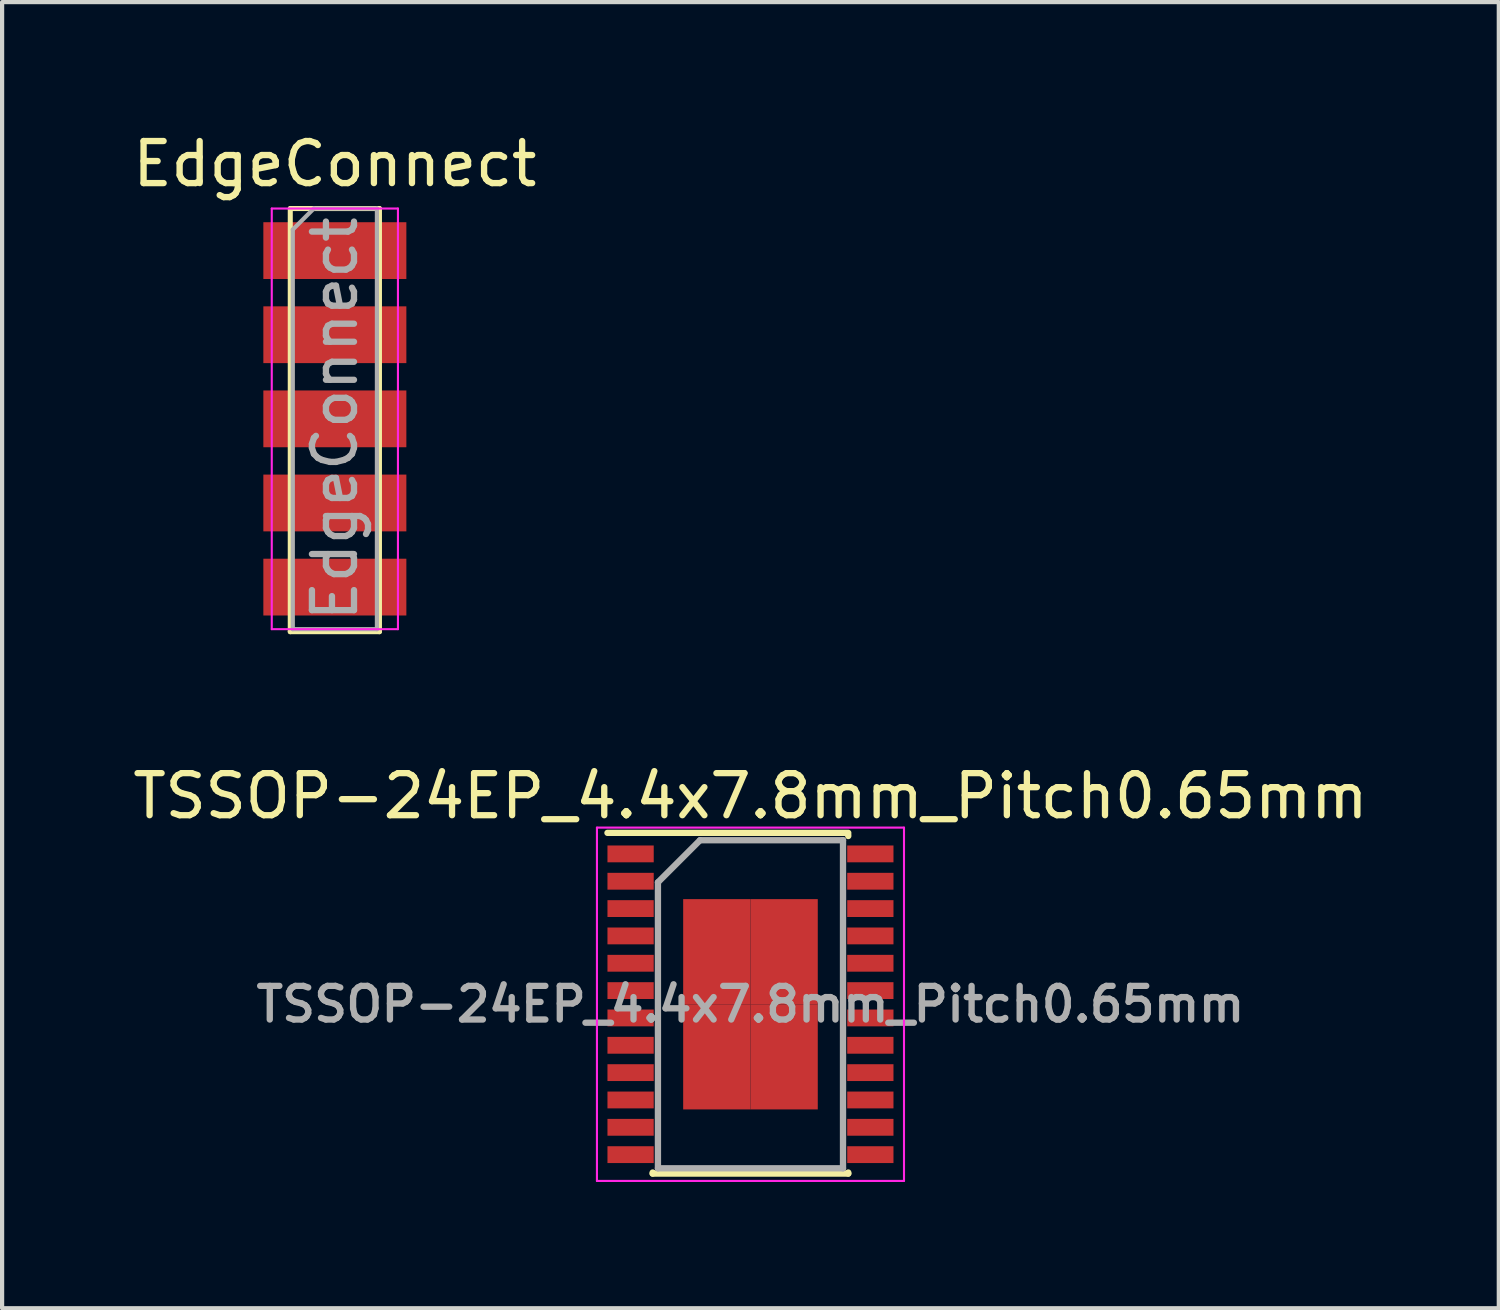
<source format=kicad_pcb>
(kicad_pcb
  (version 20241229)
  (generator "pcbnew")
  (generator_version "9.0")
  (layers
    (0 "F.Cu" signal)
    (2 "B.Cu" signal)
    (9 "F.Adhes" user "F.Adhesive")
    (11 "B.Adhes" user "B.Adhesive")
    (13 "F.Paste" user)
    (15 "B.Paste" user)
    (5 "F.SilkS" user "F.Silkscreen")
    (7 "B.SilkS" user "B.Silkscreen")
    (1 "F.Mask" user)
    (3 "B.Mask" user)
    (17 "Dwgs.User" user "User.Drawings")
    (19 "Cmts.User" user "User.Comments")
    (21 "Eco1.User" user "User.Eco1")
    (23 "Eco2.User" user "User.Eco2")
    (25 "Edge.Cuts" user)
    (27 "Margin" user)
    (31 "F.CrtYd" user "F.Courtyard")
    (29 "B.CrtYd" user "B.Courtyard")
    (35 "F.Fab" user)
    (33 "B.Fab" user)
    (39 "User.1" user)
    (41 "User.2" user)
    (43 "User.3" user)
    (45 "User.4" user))
  (footprint "EdgeConnect"
    (layer "F.Cu")
    (at 4.911 2.908)
    (property "Reference" "EdgeConnect" (at 0 -2.06 0) (layer "F.SilkS") (effects (font (size 1 1) (thickness 0.15))))
    (attr through_hole)
    (fp_line (start -1.06 -1) (end -1.06 9.06) (stroke (width 0.12) (type solid)) (layer "F.SilkS"))
    (fp_line (start -1.06 -1) (end 1.06 -1) (stroke (width 0.12) (type solid)) (layer "F.SilkS"))
    (fp_line (start -1.06 9.06) (end 1.06 9.06) (stroke (width 0.12) (type solid)) (layer "F.SilkS"))
    (fp_line (start 1.06 -1) (end 1.06 9.06) (stroke (width 0.12) (type solid)) (layer "F.SilkS"))
    (fp_line (start -1.5 -1) (end -1.5 9) (stroke (width 0.05) (type solid)) (layer "F.CrtYd"))
    (fp_line (start -1.5 9) (end 1.5 9) (stroke (width 0.05) (type solid)) (layer "F.CrtYd"))
    (fp_line (start 1.5 -1) (end -1.5 -1) (stroke (width 0.05) (type solid)) (layer "F.CrtYd"))
    (fp_line (start 1.5 9) (end 1.5 -1) (stroke (width 0.05) (type solid)) (layer "F.CrtYd"))
    (fp_line (start -1 -0.5) (end -0.5 -1) (stroke (width 0.1) (type solid)) (layer "F.Fab"))
    (fp_line (start -1 9) (end -1 -0.5) (stroke (width 0.1) (type solid)) (layer "F.Fab"))
    (fp_line (start -0.5 -1) (end 1 -1) (stroke (width 0.1) (type solid)) (layer "F.Fab"))
    (fp_line (start 1 -1) (end 1 9) (stroke (width 0.1) (type solid)) (layer "F.Fab"))
    (fp_line (start 1 9) (end -1 9) (stroke (width 0.1) (type solid)) (layer "F.Fab"))
    (fp_text user "${REFERENCE}" (at 0 4 90) (layer "F.Fab") (effects (font (size 1 1) (thickness 0.15))))
    (pad "1" smd rect (at 0 0) (size 3.4 1.35) (layers "F.Cu" "F.Mask" "F.Paste"))
    (pad "2" smd rect (at 0 2) (size 3.4 1.35) (layers "F.Cu" "F.Mask" "F.Paste"))
    (pad "3" smd rect (at 0 4) (size 3.4 1.35) (layers "F.Cu" "F.Mask" "F.Paste"))
    (pad "4" smd rect (at 0 6) (size 3.4 1.35) (layers "F.Cu" "F.Mask" "F.Paste"))
    (pad "5" smd rect (at 0 8) (size 3.4 1.35) (layers "F.Cu" "F.Mask" "F.Paste")))
  (footprint "TSSOP-24EP_4.4x7.8mm_Pitch0.65mm"
    (layer "F.Cu")
    (at 14.792 20.826)
    (property "Reference" "TSSOP-24EP_4.4x7.8mm_Pitch0.65mm" (at 0 -4.95 0) (layer "F.SilkS") (effects (font (size 1 1) (thickness 0.15))))
    (attr smd)
    (fp_line (start -3.4 -4.075) (end 2.325 -4.075) (stroke (width 0.15) (type solid)) (layer "F.SilkS"))
    (fp_line (start -2.325 4.025) (end -2.325 4) (stroke (width 0.15) (type solid)) (layer "F.SilkS"))
    (fp_line (start -2.325 4.025) (end 2.325 4.025) (stroke (width 0.15) (type solid)) (layer "F.SilkS"))
    (fp_line (start 2.325 -4.025) (end 2.325 -4) (stroke (width 0.15) (type solid)) (layer "F.SilkS"))
    (fp_line (start 2.325 4.025) (end 2.325 4) (stroke (width 0.15) (type solid)) (layer "F.SilkS"))
    (fp_line (start -3.65 -4.2) (end -3.65 4.2) (stroke (width 0.05) (type solid)) (layer "F.CrtYd"))
    (fp_line (start -3.65 -4.2) (end 3.65 -4.2) (stroke (width 0.05) (type solid)) (layer "F.CrtYd"))
    (fp_line (start -3.65 4.2) (end 3.65 4.2) (stroke (width 0.05) (type solid)) (layer "F.CrtYd"))
    (fp_line (start 3.65 -4.2) (end 3.65 4.2) (stroke (width 0.05) (type solid)) (layer "F.CrtYd"))
    (fp_line (start -2.2 -2.9) (end -1.2 -3.9) (stroke (width 0.15) (type solid)) (layer "F.Fab"))
    (fp_line (start -2.2 3.9) (end -2.2 -2.9) (stroke (width 0.15) (type solid)) (layer "F.Fab"))
    (fp_line (start -1.2 -3.9) (end 2.2 -3.9) (stroke (width 0.15) (type solid)) (layer "F.Fab"))
    (fp_line (start 2.2 -3.9) (end 2.2 3.9) (stroke (width 0.15) (type solid)) (layer "F.Fab"))
    (fp_line (start 2.2 3.9) (end -2.2 3.9) (stroke (width 0.15) (type solid)) (layer "F.Fab"))
    (fp_text user "${REFERENCE}" (at 0 0 0) (layer "F.Fab") (effects (font (size 0.8 0.8) (thickness 0.15))))
    (pad "1" smd rect (at -2.85 -3.575) (size 1.1 0.4) (layers "F.Cu" "F.Mask" "F.Paste"))
    (pad "2" smd rect (at -2.85 -2.925) (size 1.1 0.4) (layers "F.Cu" "F.Mask" "F.Paste"))
    (pad "3" smd rect (at -2.85 -2.275) (size 1.1 0.4) (layers "F.Cu" "F.Mask" "F.Paste"))
    (pad "4" smd rect (at -2.85 -1.625) (size 1.1 0.4) (layers "F.Cu" "F.Mask" "F.Paste"))
    (pad "5" smd rect (at -2.85 -0.975) (size 1.1 0.4) (layers "F.Cu" "F.Mask" "F.Paste"))
    (pad "6" smd rect (at -2.85 -0.325) (size 1.1 0.4) (layers "F.Cu" "F.Mask" "F.Paste"))
    (pad "7" smd rect (at -2.85 0.325) (size 1.1 0.4) (layers "F.Cu" "F.Mask" "F.Paste"))
    (pad "8" smd rect (at -2.85 0.975) (size 1.1 0.4) (layers "F.Cu" "F.Mask" "F.Paste"))
    (pad "9" smd rect (at -2.85 1.625) (size 1.1 0.4) (layers "F.Cu" "F.Mask" "F.Paste"))
    (pad "10" smd rect (at -2.85 2.275) (size 1.1 0.4) (layers "F.Cu" "F.Mask" "F.Paste"))
    (pad "11" smd rect (at -2.85 2.925) (size 1.1 0.4) (layers "F.Cu" "F.Mask" "F.Paste"))
    (pad "12" smd rect (at -2.85 3.575) (size 1.1 0.4) (layers "F.Cu" "F.Mask" "F.Paste"))
    (pad "13" smd rect (at 2.85 3.575) (size 1.1 0.4) (layers "F.Cu" "F.Mask" "F.Paste"))
    (pad "14" smd rect (at 2.85 2.925) (size 1.1 0.4) (layers "F.Cu" "F.Mask" "F.Paste"))
    (pad "15" smd rect (at 2.85 2.275) (size 1.1 0.4) (layers "F.Cu" "F.Mask" "F.Paste"))
    (pad "16" smd rect (at 2.85 1.625) (size 1.1 0.4) (layers "F.Cu" "F.Mask" "F.Paste"))
    (pad "17" smd rect (at 2.85 0.975) (size 1.1 0.4) (layers "F.Cu" "F.Mask" "F.Paste"))
    (pad "18" smd rect (at 2.85 0.325) (size 1.1 0.4) (layers "F.Cu" "F.Mask" "F.Paste"))
    (pad "19" smd rect (at 2.85 -0.325) (size 1.1 0.4) (layers "F.Cu" "F.Mask" "F.Paste"))
    (pad "20" smd rect (at 2.85 -0.975) (size 1.1 0.4) (layers "F.Cu" "F.Mask" "F.Paste"))
    (pad "21" smd rect (at 2.85 -1.625) (size 1.1 0.4) (layers "F.Cu" "F.Mask" "F.Paste"))
    (pad "22" smd rect (at 2.85 -2.275) (size 1.1 0.4) (layers "F.Cu" "F.Mask" "F.Paste"))
    (pad "23" smd rect (at 2.85 -2.925) (size 1.1 0.4) (layers "F.Cu" "F.Mask" "F.Paste"))
    (pad "24" smd rect (at 2.85 -3.575) (size 1.1 0.4) (layers "F.Cu" "F.Mask" "F.Paste"))
    (pad "25" smd rect (at -0.8 -1.25) (size 1.6 2.5) (layers "F.Cu" "F.Mask" "F.Paste"))
    (pad "25" smd rect (at -0.8 1.25) (size 1.6 2.5) (layers "F.Cu" "F.Mask" "F.Paste"))
    (pad "25" smd rect (at 0.8 -1.25) (size 1.6 2.5) (layers "F.Cu" "F.Mask" "F.Paste"))
    (pad "25" smd rect (at 0.8 1.25) (size 1.6 2.5) (layers "F.Cu" "F.Mask" "F.Paste")))
  (gr_rect
    (start -3 -3)
    (end 32.583 28.052)
    (stroke (width 0.1) (type default))
    (fill no)
    (layer "Edge.Cuts")))
</source>
